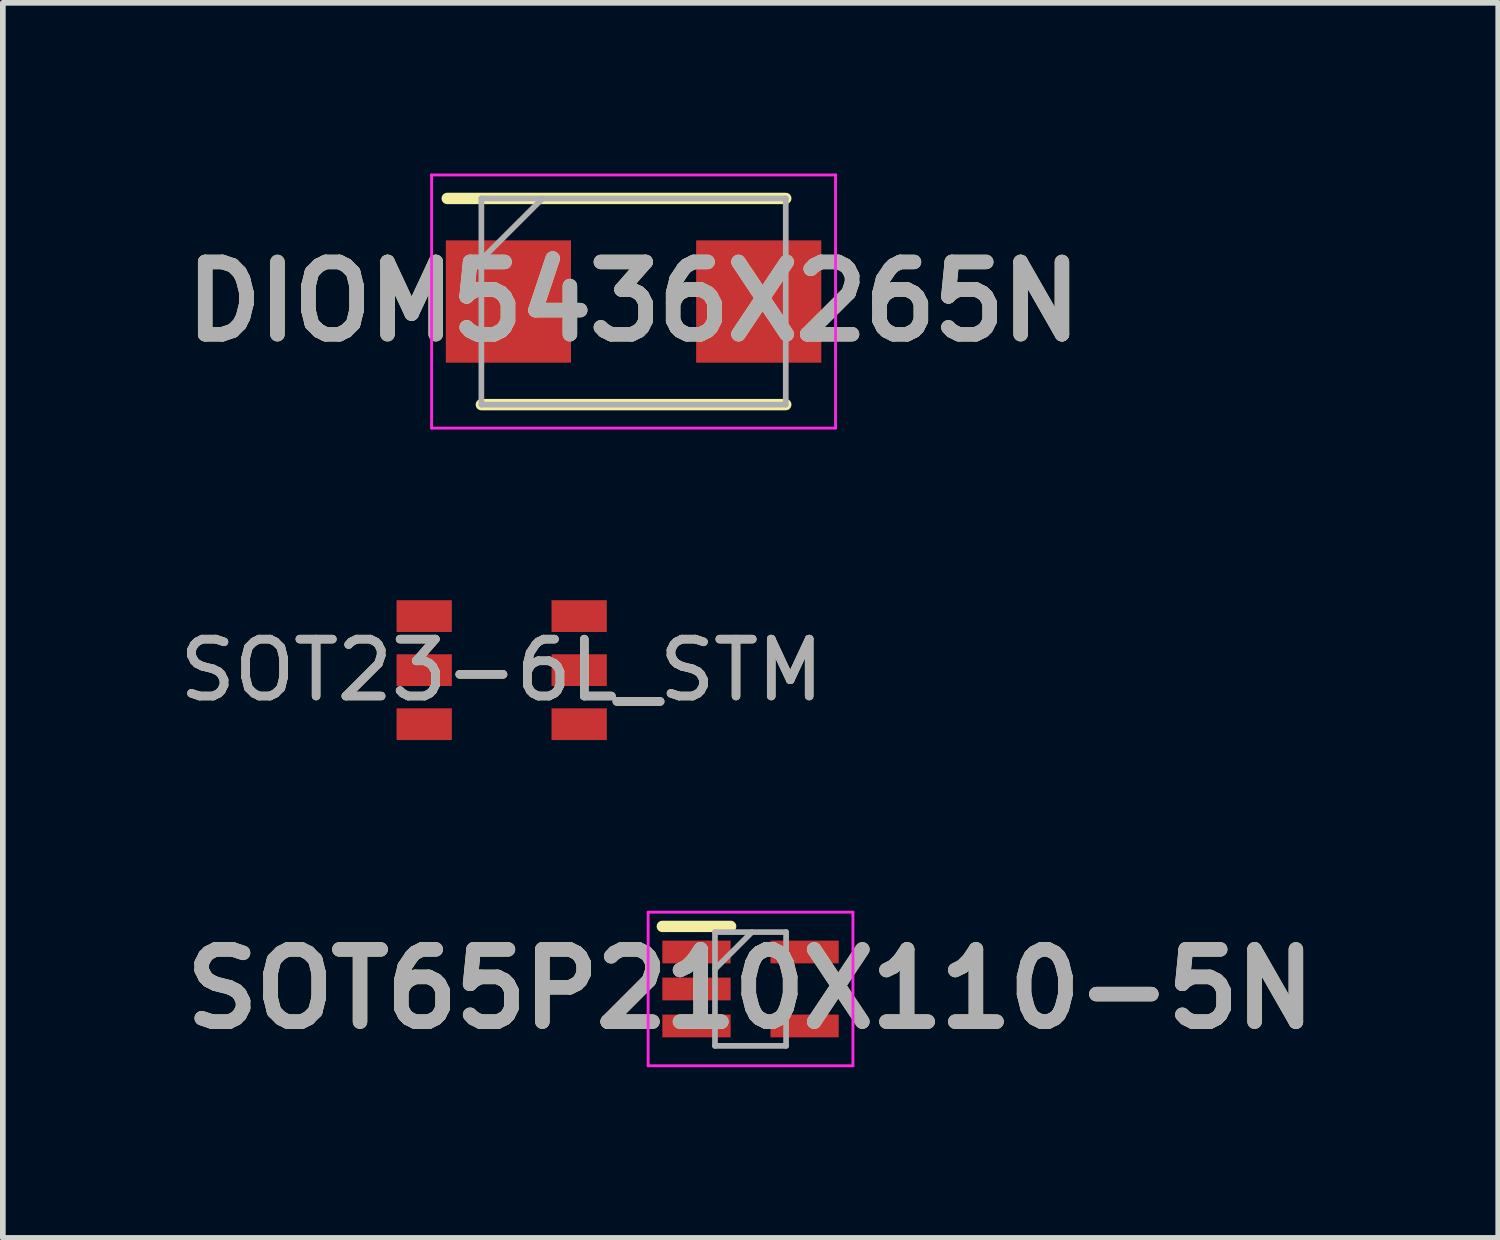
<source format=kicad_pcb>
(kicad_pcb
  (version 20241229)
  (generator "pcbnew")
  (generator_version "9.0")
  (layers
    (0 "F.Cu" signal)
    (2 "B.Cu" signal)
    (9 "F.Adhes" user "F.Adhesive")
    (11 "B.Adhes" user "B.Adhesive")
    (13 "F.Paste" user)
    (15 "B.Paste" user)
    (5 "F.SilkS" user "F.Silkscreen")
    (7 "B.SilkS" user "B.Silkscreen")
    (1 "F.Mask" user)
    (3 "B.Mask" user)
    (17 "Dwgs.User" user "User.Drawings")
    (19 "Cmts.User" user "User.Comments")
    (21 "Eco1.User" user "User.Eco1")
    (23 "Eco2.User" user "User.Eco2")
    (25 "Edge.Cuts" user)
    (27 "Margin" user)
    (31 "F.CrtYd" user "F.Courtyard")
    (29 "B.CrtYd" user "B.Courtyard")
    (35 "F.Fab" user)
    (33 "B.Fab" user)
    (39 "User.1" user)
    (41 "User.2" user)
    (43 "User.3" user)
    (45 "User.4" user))
  (footprint "DIOM5436X265N"
    (layer "F.Cu")
    (at 8.086 2.25)
    (property "Reference" "DIOM5436X265N" (at 0 0 0) (layer "F.SilkS") (effects (font (size 1.27 1.27) (thickness 0.254))))
    (attr smd)
    (fp_line (start -2.675 1.812) (end 2.675 1.812) (stroke (width 0.2) (type solid)) (layer "F.SilkS"))
    (fp_line (start 2.675 -1.812) (end -3.275 -1.812) (stroke (width 0.2) (type solid)) (layer "F.SilkS"))
    (fp_line (start -3.55 -2.225) (end 3.55 -2.225) (stroke (width 0.05) (type solid)) (layer "F.CrtYd"))
    (fp_line (start -3.55 2.225) (end -3.55 -2.225) (stroke (width 0.05) (type solid)) (layer "F.CrtYd"))
    (fp_line (start 3.55 -2.225) (end 3.55 2.225) (stroke (width 0.05) (type solid)) (layer "F.CrtYd"))
    (fp_line (start 3.55 2.225) (end -3.55 2.225) (stroke (width 0.05) (type solid)) (layer "F.CrtYd"))
    (fp_line (start -2.675 -1.812) (end 2.675 -1.812) (stroke (width 0.1) (type solid)) (layer "F.Fab"))
    (fp_line (start -2.675 -0.738) (end -1.6 -1.812) (stroke (width 0.1) (type solid)) (layer "F.Fab"))
    (fp_line (start -2.675 1.812) (end -2.675 -1.812) (stroke (width 0.1) (type solid)) (layer "F.Fab"))
    (fp_line (start 2.675 -1.812) (end 2.675 1.812) (stroke (width 0.1) (type solid)) (layer "F.Fab"))
    (fp_line (start 2.675 1.812) (end -2.675 1.812) (stroke (width 0.1) (type solid)) (layer "F.Fab"))
    (fp_text user "${REFERENCE}" (at 0 0 0) (layer "F.Fab") (effects (font (size 1.27 1.27) (thickness 0.254))))
    (pad "1" smd rect (at -2.2 0 90) (size 2.15 2.2) (layers "F.Cu" "F.Mask" "F.Paste"))
    (pad "2" smd rect (at 2.2 0 90) (size 2.15 2.2) (layers "F.Cu" "F.Mask" "F.Paste")))
  (footprint "SOT23-6L_STM"
    (layer "F.Cu")
    (at 5.768 8.729)
    (property "Reference" "SOT23-6L_STM" (at 0 0 0) (unlocked yes) (layer "F.SilkS") (effects (font (size 1 1) (thickness 0.15))))
    (attr smd)
    (fp_text user "${REFERENCE}" (at 0 0 0) (unlocked yes) (layer "F.Fab") (effects (font (size 1 1) (thickness 0.15))))
    (pad "1" smd rect (at -1.362 -0.95) (size 0.972 0.558) (layers "F.Cu" "F.Mask" "F.Paste"))
    (pad "2" smd rect (at -1.362 0) (size 0.972 0.558) (layers "F.Cu" "F.Mask" "F.Paste"))
    (pad "3" smd rect (at -1.362 0.95) (size 0.972 0.558) (layers "F.Cu" "F.Mask" "F.Paste"))
    (pad "4" smd rect (at 1.362 0.95) (size 0.972 0.558) (layers "F.Cu" "F.Mask" "F.Paste"))
    (pad "5" smd rect (at 1.362 0) (size 0.972 0.558) (layers "F.Cu" "F.Mask" "F.Paste"))
    (pad "6" smd rect (at 1.362 -0.95) (size 0.972 0.558) (layers "F.Cu" "F.Mask" "F.Paste")))
  (footprint "SOT65P210X110-5N"
    (layer "F.Cu")
    (at 10.142 14.333)
    (property "Reference" "SOT65P210X110-5N" (at 0 0 0) (layer "F.SilkS") (effects (font (size 1.27 1.27) (thickness 0.254))))
    (attr smd)
    (fp_line (start -1.55 -1.1) (end -0.35 -1.1) (stroke (width 0.2) (type solid)) (layer "F.SilkS"))
    (fp_line (start -1.8 -1.35) (end 1.8 -1.35) (stroke (width 0.05) (type solid)) (layer "F.CrtYd"))
    (fp_line (start -1.8 1.35) (end -1.8 -1.35) (stroke (width 0.05) (type solid)) (layer "F.CrtYd"))
    (fp_line (start 1.8 -1.35) (end 1.8 1.35) (stroke (width 0.05) (type solid)) (layer "F.CrtYd"))
    (fp_line (start 1.8 1.35) (end -1.8 1.35) (stroke (width 0.05) (type solid)) (layer "F.CrtYd"))
    (fp_line (start -0.625 -1) (end 0.625 -1) (stroke (width 0.1) (type solid)) (layer "F.Fab"))
    (fp_line (start -0.625 -0.35) (end 0.025 -1) (stroke (width 0.1) (type solid)) (layer "F.Fab"))
    (fp_line (start -0.625 1) (end -0.625 -1) (stroke (width 0.1) (type solid)) (layer "F.Fab"))
    (fp_line (start 0.625 -1) (end 0.625 1) (stroke (width 0.1) (type solid)) (layer "F.Fab"))
    (fp_line (start 0.625 1) (end -0.625 1) (stroke (width 0.1) (type solid)) (layer "F.Fab"))
    (fp_text user "${REFERENCE}" (at 0 0 0) (layer "F.Fab") (effects (font (size 1.27 1.27) (thickness 0.254))))
    (pad "1" smd rect (at -0.95 -0.65 90) (size 0.4 1.2) (layers "F.Cu" "F.Mask" "F.Paste"))
    (pad "2" smd rect (at -0.95 0 90) (size 0.4 1.2) (layers "F.Cu" "F.Mask" "F.Paste"))
    (pad "3" smd rect (at -0.95 0.65 90) (size 0.4 1.2) (layers "F.Cu" "F.Mask" "F.Paste"))
    (pad "4" smd rect (at 0.95 0.65 90) (size 0.4 1.2) (layers "F.Cu" "F.Mask" "F.Paste"))
    (pad "5" smd rect (at 0.95 -0.65 90) (size 0.4 1.2) (layers "F.Cu" "F.Mask" "F.Paste")))
  (gr_rect
    (start -3 -3)
    (end 23.284 18.708)
    (stroke (width 0.1) (type default))
    (fill no)
    (layer "Edge.Cuts")))
</source>
